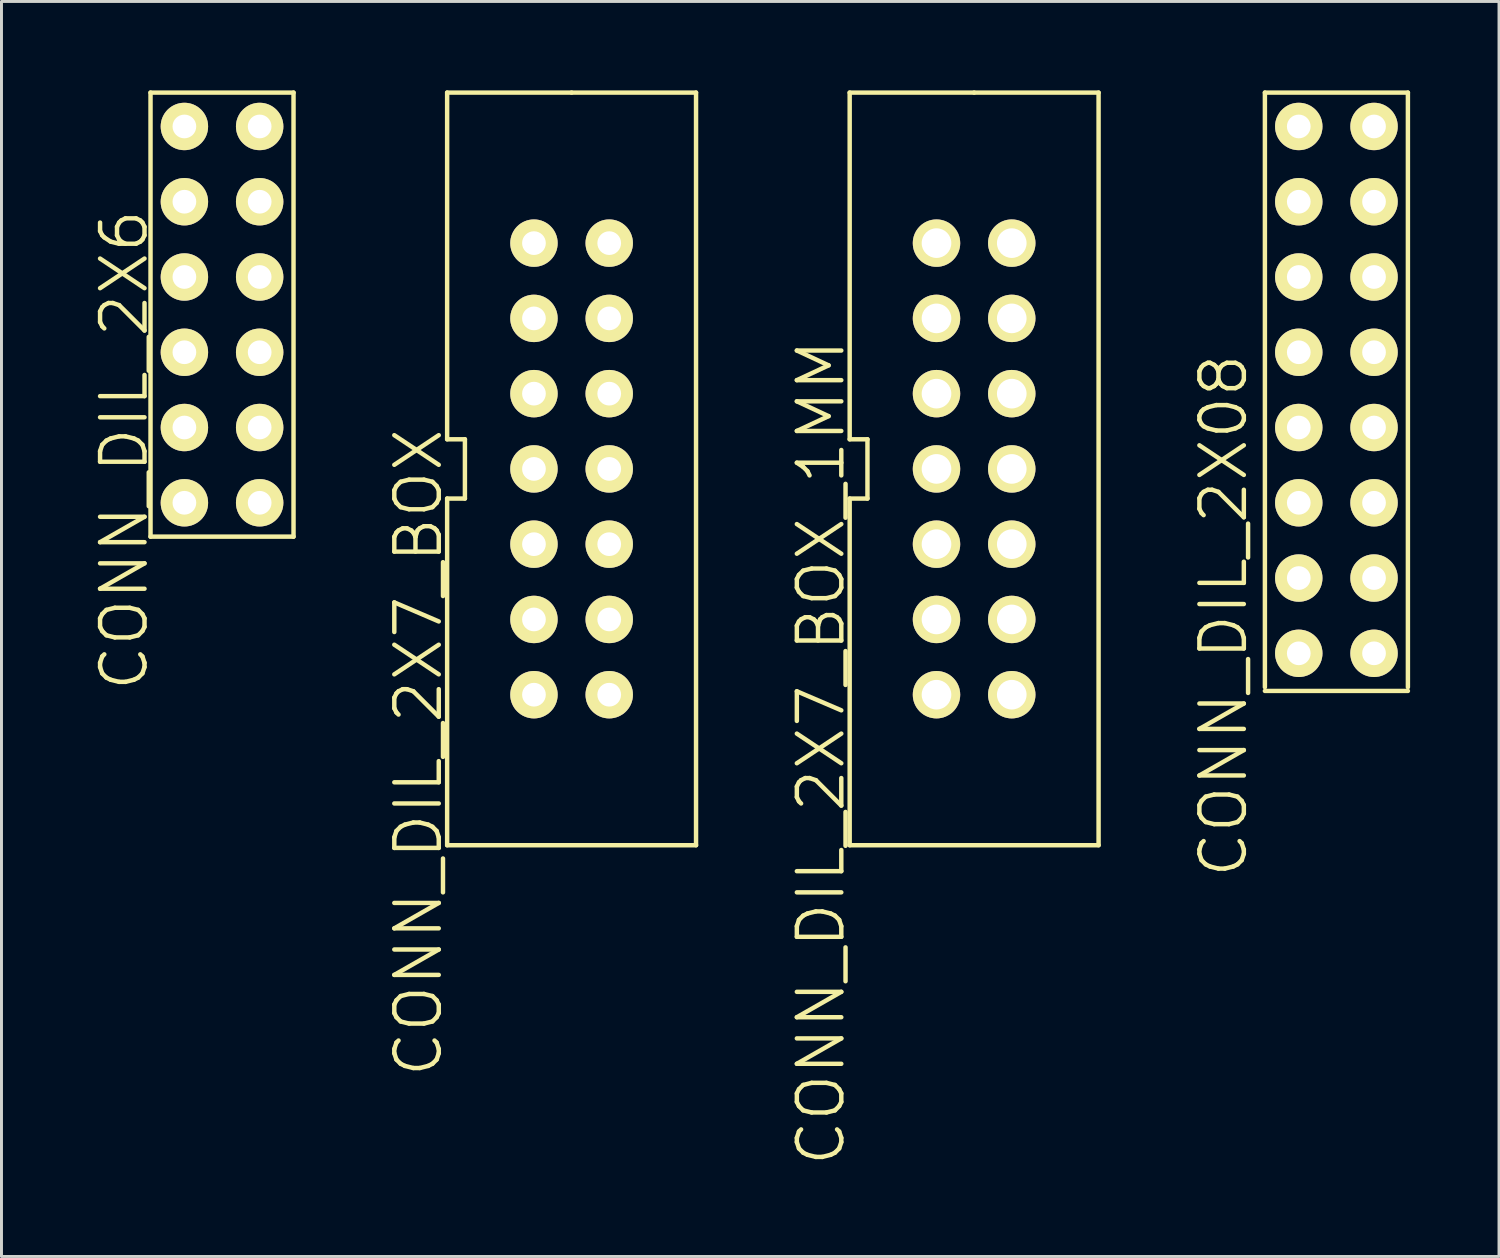
<source format=kicad_pcb>
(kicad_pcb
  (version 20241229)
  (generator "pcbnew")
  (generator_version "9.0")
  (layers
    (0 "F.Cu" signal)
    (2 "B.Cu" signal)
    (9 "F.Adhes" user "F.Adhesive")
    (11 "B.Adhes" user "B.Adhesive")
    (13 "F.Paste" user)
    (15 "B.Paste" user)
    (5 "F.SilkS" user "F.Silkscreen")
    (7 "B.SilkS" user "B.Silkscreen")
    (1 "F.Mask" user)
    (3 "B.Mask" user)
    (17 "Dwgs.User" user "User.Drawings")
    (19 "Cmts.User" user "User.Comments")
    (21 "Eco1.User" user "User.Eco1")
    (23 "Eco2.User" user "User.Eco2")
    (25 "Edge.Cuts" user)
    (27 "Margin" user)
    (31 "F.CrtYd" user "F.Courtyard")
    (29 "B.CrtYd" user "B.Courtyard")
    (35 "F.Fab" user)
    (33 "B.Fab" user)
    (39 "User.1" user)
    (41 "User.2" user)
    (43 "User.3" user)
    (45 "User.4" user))
  (footprint "CONN_DIL_2X6"
    (layer "F.Cu")
    (at 4.443 7.568)
    (property "Reference" "CONN_DIL_2X6" (at -3.302 4.572 90) (layer "F.SilkS") (effects (font (size 1.5 1.5) (thickness 0.15))))
    (attr through_hole)
    (fp_line (start -2.413 -7.493) (end 2.413 -7.493) (stroke (width 0.15) (type solid)) (layer "F.SilkS"))
    (fp_line (start -2.413 7.493) (end -2.413 -7.493) (stroke (width 0.15) (type solid)) (layer "F.SilkS"))
    (fp_line (start 2.413 -7.493) (end 2.413 7.493) (stroke (width 0.15) (type solid)) (layer "F.SilkS"))
    (fp_line (start 2.413 7.493) (end -2.413 7.493) (stroke (width 0.15) (type solid)) (layer "F.SilkS"))
    (pad "1" thru_hole circle (at -1.27 -6.35) (size 1.6 1.6) (drill 0.8) (layers "*.Cu" "*.Mask" "F.SilkS"))
    (pad "2" thru_hole circle (at 1.27 -6.35) (size 1.6 1.6) (drill 0.8) (layers "*.Cu" "*.Mask" "F.SilkS"))
    (pad "3" thru_hole circle (at -1.27 -3.81) (size 1.6 1.6) (drill 0.8) (layers "*.Cu" "*.Mask" "F.SilkS"))
    (pad "4" thru_hole circle (at 1.27 -3.81) (size 1.6 1.6) (drill 0.8) (layers "*.Cu" "*.Mask" "F.SilkS"))
    (pad "5" thru_hole circle (at -1.27 -1.27) (size 1.6 1.6) (drill 0.8) (layers "*.Cu" "*.Mask" "F.SilkS"))
    (pad "6" thru_hole circle (at 1.27 -1.27) (size 1.6 1.6) (drill 0.8) (layers "*.Cu" "*.Mask" "F.SilkS"))
    (pad "7" thru_hole circle (at -1.27 1.27) (size 1.6 1.6) (drill 0.8) (layers "*.Cu" "*.Mask" "F.SilkS"))
    (pad "8" thru_hole circle (at 1.27 1.27) (size 1.6 1.6) (drill 0.8) (layers "*.Cu" "*.Mask" "F.SilkS"))
    (pad "9" thru_hole circle (at -1.27 3.81) (size 1.6 1.6) (drill 0.8) (layers "*.Cu" "*.Mask" "F.SilkS"))
    (pad "10" thru_hole circle (at 1.27 3.81) (size 1.6 1.6) (drill 0.8) (layers "*.Cu" "*.Mask" "F.SilkS"))
    (pad "11" thru_hole circle (at -1.27 6.35) (size 1.6 1.6) (drill 0.8) (layers "*.Cu" "*.Mask" "F.SilkS"))
    (pad "12" thru_hole circle (at 1.27 6.35) (size 1.6 1.6) (drill 0.8) (layers "*.Cu" "*.Mask" "F.SilkS")))
  (footprint "CONN_DIL_2X7_BOX"
    (layer "F.Cu")
    (at 16.24 12.775)
    (property "Reference" "CONN_DIL_2X7_BOX" (at -5.169 9.576 90) (layer "F.SilkS") (effects (font (size 1.5 1.5) (thickness 0.15))))
    (attr through_hole)
    (fp_line (start -4.2 -1) (end -4.2 -12.7) (stroke (width 0.15) (type solid)) (layer "F.SilkS"))
    (fp_line (start -4.2 1) (end -3.6 1) (stroke (width 0.15) (type solid)) (layer "F.SilkS"))
    (fp_line (start -4.2 12.7) (end -4.2 1) (stroke (width 0.15) (type solid)) (layer "F.SilkS"))
    (fp_line (start -4.2 12.7) (end 4.2 12.7) (stroke (width 0.15) (type solid)) (layer "F.SilkS"))
    (fp_line (start -3.6 -1) (end -4.2 -1) (stroke (width 0.15) (type solid)) (layer "F.SilkS"))
    (fp_line (start -3.6 1) (end -3.6 -1) (stroke (width 0.15) (type solid)) (layer "F.SilkS"))
    (fp_line (start 0 -12.7) (end -4.2 -12.7) (stroke (width 0.15) (type solid)) (layer "F.SilkS"))
    (fp_line (start 4.2 -12.7) (end 0 -12.7) (stroke (width 0.15) (type solid)) (layer "F.SilkS"))
    (fp_line (start 4.2 12.7) (end 4.2 -12.7) (stroke (width 0.15) (type solid)) (layer "F.SilkS"))
    (pad "1" thru_hole circle (at -1.27 -7.62) (size 1.6 1.6) (drill 0.8) (layers "*.Cu" "*.Mask" "F.SilkS"))
    (pad "2" thru_hole circle (at 1.27 -7.62) (size 1.6 1.6) (drill 0.8) (layers "*.Cu" "*.Mask" "F.SilkS"))
    (pad "3" thru_hole circle (at -1.27 -5.08) (size 1.6 1.6) (drill 0.8) (layers "*.Cu" "*.Mask" "F.SilkS"))
    (pad "4" thru_hole circle (at 1.27 -5.08) (size 1.6 1.6) (drill 0.8) (layers "*.Cu" "*.Mask" "F.SilkS"))
    (pad "5" thru_hole circle (at -1.27 -2.54) (size 1.6 1.6) (drill 0.8) (layers "*.Cu" "*.Mask" "F.SilkS"))
    (pad "6" thru_hole circle (at 1.27 -2.54) (size 1.6 1.6) (drill 0.8) (layers "*.Cu" "*.Mask" "F.SilkS"))
    (pad "7" thru_hole circle (at -1.27 0) (size 1.6 1.6) (drill 0.8) (layers "*.Cu" "*.Mask" "F.SilkS"))
    (pad "8" thru_hole circle (at 1.27 0) (size 1.6 1.6) (drill 0.8) (layers "*.Cu" "*.Mask" "F.SilkS"))
    (pad "9" thru_hole circle (at -1.27 2.54) (size 1.6 1.6) (drill 0.8) (layers "*.Cu" "*.Mask" "F.SilkS"))
    (pad "10" thru_hole circle (at 1.27 2.54) (size 1.6 1.6) (drill 0.8) (layers "*.Cu" "*.Mask" "F.SilkS"))
    (pad "11" thru_hole circle (at -1.27 5.08) (size 1.6 1.6) (drill 0.8) (layers "*.Cu" "*.Mask" "F.SilkS"))
    (pad "12" thru_hole circle (at 1.27 5.08) (size 1.6 1.6) (drill 0.8) (layers "*.Cu" "*.Mask" "F.SilkS"))
    (pad "13" thru_hole circle (at -1.27 7.62) (size 1.6 1.6) (drill 0.8) (layers "*.Cu" "*.Mask" "F.SilkS"))
    (pad "14" thru_hole circle (at 1.27 7.62) (size 1.6 1.6) (drill 0.8) (layers "*.Cu" "*.Mask" "F.SilkS")))
  (footprint "CONN_DIL_2X7_BOX_1MM"
    (layer "F.Cu")
    (at 29.825 12.775)
    (property "Reference" "CONN_DIL_2X7_BOX_1MM" (at -5.169 9.576 90) (layer "F.SilkS") (effects (font (size 1.5 1.5) (thickness 0.15))))
    (attr through_hole)
    (fp_line (start -4.2 -1) (end -4.2 -12.7) (stroke (width 0.15) (type solid)) (layer "F.SilkS"))
    (fp_line (start -4.2 1) (end -3.6 1) (stroke (width 0.15) (type solid)) (layer "F.SilkS"))
    (fp_line (start -4.2 12.7) (end -4.2 1) (stroke (width 0.15) (type solid)) (layer "F.SilkS"))
    (fp_line (start -4.2 12.7) (end 4.2 12.7) (stroke (width 0.15) (type solid)) (layer "F.SilkS"))
    (fp_line (start -3.6 -1) (end -4.2 -1) (stroke (width 0.15) (type solid)) (layer "F.SilkS"))
    (fp_line (start -3.6 1) (end -3.6 -1) (stroke (width 0.15) (type solid)) (layer "F.SilkS"))
    (fp_line (start 0 -12.7) (end -4.2 -12.7) (stroke (width 0.15) (type solid)) (layer "F.SilkS"))
    (fp_line (start 4.2 -12.7) (end 0 -12.7) (stroke (width 0.15) (type solid)) (layer "F.SilkS"))
    (fp_line (start 4.2 12.7) (end 4.2 -12.7) (stroke (width 0.15) (type solid)) (layer "F.SilkS"))
    (pad "1" thru_hole circle (at -1.27 -7.62) (size 1.6 1.6) (drill 1) (layers "*.Cu" "*.Mask" "F.SilkS"))
    (pad "2" thru_hole circle (at 1.27 -7.62) (size 1.6 1.6) (drill 1) (layers "*.Cu" "*.Mask" "F.SilkS"))
    (pad "3" thru_hole circle (at -1.27 -5.08) (size 1.6 1.6) (drill 1) (layers "*.Cu" "*.Mask" "F.SilkS"))
    (pad "4" thru_hole circle (at 1.27 -5.08) (size 1.6 1.6) (drill 1) (layers "*.Cu" "*.Mask" "F.SilkS"))
    (pad "5" thru_hole circle (at -1.27 -2.54) (size 1.6 1.6) (drill 1) (layers "*.Cu" "*.Mask" "F.SilkS"))
    (pad "6" thru_hole circle (at 1.27 -2.54) (size 1.6 1.6) (drill 1) (layers "*.Cu" "*.Mask" "F.SilkS"))
    (pad "7" thru_hole circle (at -1.27 0) (size 1.6 1.6) (drill 1) (layers "*.Cu" "*.Mask" "F.SilkS"))
    (pad "8" thru_hole circle (at 1.27 0) (size 1.6 1.6) (drill 1) (layers "*.Cu" "*.Mask" "F.SilkS"))
    (pad "9" thru_hole circle (at -1.27 2.54) (size 1.6 1.6) (drill 1) (layers "*.Cu" "*.Mask" "F.SilkS"))
    (pad "10" thru_hole circle (at 1.27 2.54) (size 1.6 1.6) (drill 1) (layers "*.Cu" "*.Mask" "F.SilkS"))
    (pad "11" thru_hole circle (at -1.27 5.08) (size 1.6 1.6) (drill 1) (layers "*.Cu" "*.Mask" "F.SilkS"))
    (pad "12" thru_hole circle (at 1.27 5.08) (size 1.6 1.6) (drill 1) (layers "*.Cu" "*.Mask" "F.SilkS"))
    (pad "13" thru_hole circle (at -1.27 7.62) (size 1.6 1.6) (drill 1) (layers "*.Cu" "*.Mask" "F.SilkS"))
    (pad "14" thru_hole circle (at 1.27 7.62) (size 1.6 1.6) (drill 1) (layers "*.Cu" "*.Mask" "F.SilkS")))
  (footprint "CONN_DIL_2X08"
    (layer "F.Cu")
    (at 42.051 10.108)
    (property "Reference" "CONN_DIL_2X08" (at -3.81 7.62 90) (layer "F.SilkS") (effects (font (size 1.5 1.5) (thickness 0.15))))
    (attr through_hole)
    (fp_line (start -2.413 -10.033) (end -2.413 10.033) (stroke (width 0.15) (type solid)) (layer "F.SilkS"))
    (fp_line (start -2.413 -10.033) (end 2.413 -10.033) (stroke (width 0.15) (type solid)) (layer "F.SilkS"))
    (fp_line (start 2.413 10.033) (end 2.413 -10.033) (stroke (width 0.15) (type solid)) (layer "F.SilkS"))
    (fp_line (start 2.413 10.16) (end -2.413 10.16) (stroke (width 0.15) (type solid)) (layer "F.SilkS"))
    (pad "1" thru_hole circle (at -1.27 -8.89) (size 1.6 1.6) (drill 0.8) (layers "*.Cu" "*.Mask" "F.SilkS"))
    (pad "2" thru_hole circle (at 1.27 -8.89) (size 1.6 1.6) (drill 0.8) (layers "*.Cu" "*.Mask" "F.SilkS"))
    (pad "3" thru_hole circle (at -1.27 -6.35) (size 1.6 1.6) (drill 0.8) (layers "*.Cu" "*.Mask" "F.SilkS"))
    (pad "4" thru_hole circle (at 1.27 -6.35) (size 1.6 1.6) (drill 0.8) (layers "*.Cu" "*.Mask" "F.SilkS"))
    (pad "5" thru_hole circle (at -1.27 -3.81) (size 1.6 1.6) (drill 0.8) (layers "*.Cu" "*.Mask" "F.SilkS"))
    (pad "6" thru_hole circle (at 1.27 -3.81) (size 1.6 1.6) (drill 0.8) (layers "*.Cu" "*.Mask" "F.SilkS"))
    (pad "7" thru_hole circle (at -1.27 -1.27) (size 1.6 1.6) (drill 0.8) (layers "*.Cu" "*.Mask" "F.SilkS"))
    (pad "8" thru_hole circle (at 1.27 -1.27) (size 1.6 1.6) (drill 0.8) (layers "*.Cu" "*.Mask" "F.SilkS"))
    (pad "9" thru_hole circle (at -1.27 1.27) (size 1.6 1.6) (drill 0.8) (layers "*.Cu" "*.Mask" "F.SilkS"))
    (pad "10" thru_hole circle (at 1.27 1.27) (size 1.6 1.6) (drill 0.8) (layers "*.Cu" "*.Mask" "F.SilkS"))
    (pad "11" thru_hole circle (at -1.27 3.81) (size 1.6 1.6) (drill 0.8) (layers "*.Cu" "*.Mask" "F.SilkS"))
    (pad "12" thru_hole circle (at 1.27 3.81) (size 1.6 1.6) (drill 0.8) (layers "*.Cu" "*.Mask" "F.SilkS"))
    (pad "13" thru_hole circle (at -1.27 6.35) (size 1.6 1.6) (drill 0.8) (layers "*.Cu" "*.Mask" "F.SilkS"))
    (pad "14" thru_hole circle (at 1.27 6.35) (size 1.6 1.6) (drill 0.8) (layers "*.Cu" "*.Mask" "F.SilkS"))
    (pad "15" thru_hole circle (at -1.27 8.89) (size 1.6 1.6) (drill 0.8) (layers "*.Cu" "*.Mask" "F.SilkS"))
    (pad "16" thru_hole circle (at 1.27 8.89) (size 1.6 1.6) (drill 0.8) (layers "*.Cu" "*.Mask" "F.SilkS")))
  (gr_rect
    (start -3 -3)
    (end 47.539 39.354)
    (stroke (width 0.1) (type default))
    (fill no)
    (layer "Edge.Cuts")))
</source>
